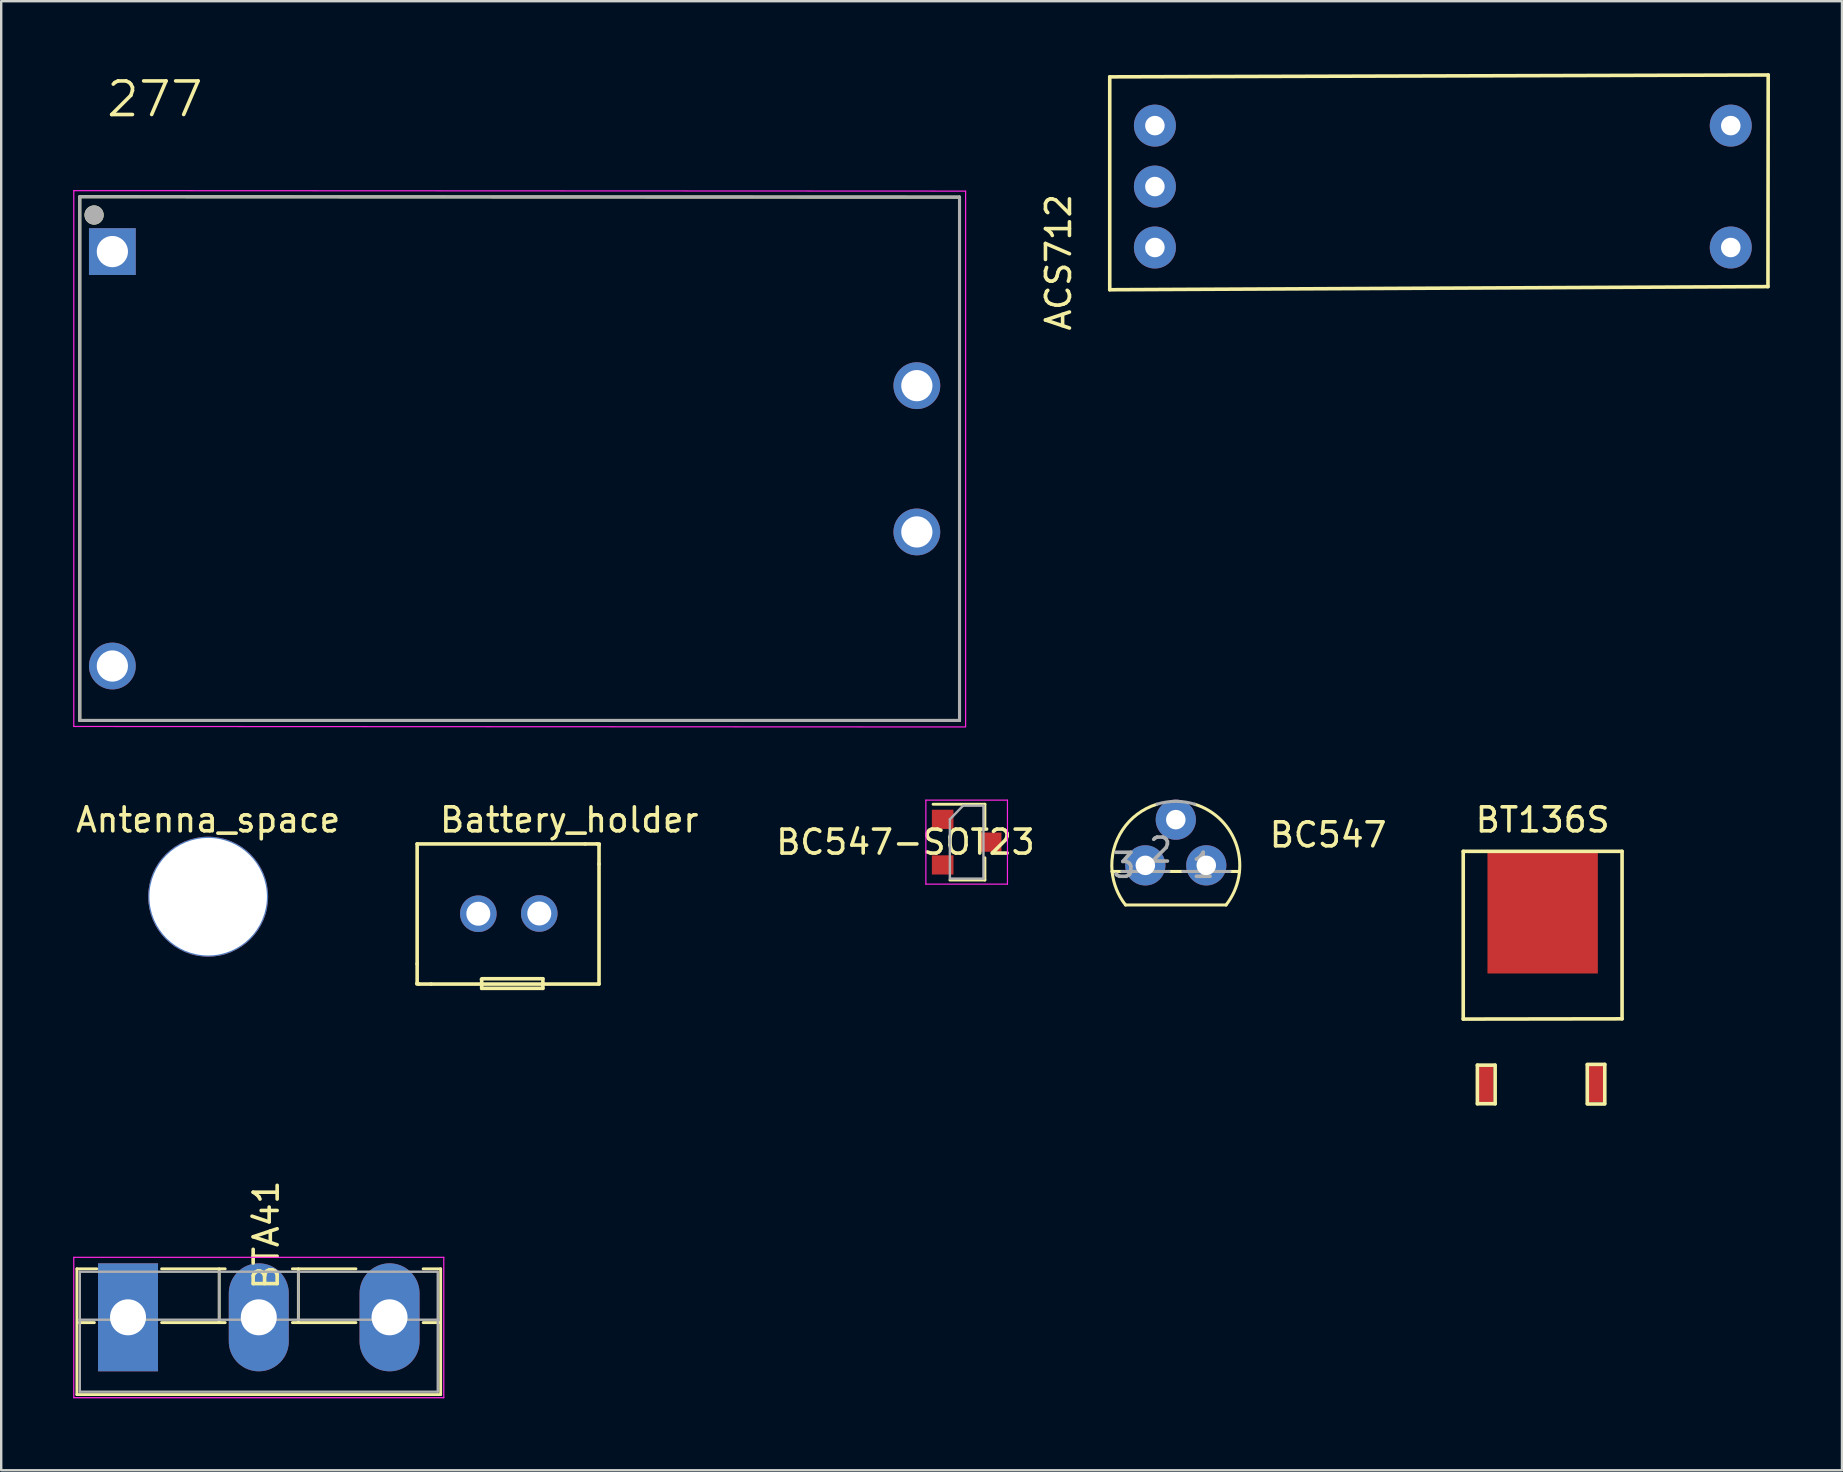
<source format=kicad_pcb>
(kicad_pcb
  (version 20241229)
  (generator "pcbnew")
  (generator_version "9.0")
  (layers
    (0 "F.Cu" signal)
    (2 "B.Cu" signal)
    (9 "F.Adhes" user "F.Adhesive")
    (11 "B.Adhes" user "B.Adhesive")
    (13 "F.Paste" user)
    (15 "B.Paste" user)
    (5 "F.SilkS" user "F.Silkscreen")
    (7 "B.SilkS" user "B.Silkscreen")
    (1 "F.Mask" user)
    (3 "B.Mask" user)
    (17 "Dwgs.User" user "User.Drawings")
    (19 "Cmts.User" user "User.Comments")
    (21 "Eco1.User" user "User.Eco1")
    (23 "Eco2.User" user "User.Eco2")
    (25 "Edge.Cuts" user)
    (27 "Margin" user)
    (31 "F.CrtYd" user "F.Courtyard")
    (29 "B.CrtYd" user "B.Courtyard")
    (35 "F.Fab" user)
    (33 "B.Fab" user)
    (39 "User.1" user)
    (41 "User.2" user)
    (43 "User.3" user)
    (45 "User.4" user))
  (footprint "Battery_holder"
    (layer "F.Cu")
    (at 18.335 33.581)
    (property "Reference" "Battery_holder" (at 2.34 -2.46 0) (layer "F.SilkS") (effects (font (size 1 1) (thickness 0.15))))
    (attr through_hole)
    (fp_line (start -4 -1.46) (end -4 3.54) (stroke (width 0.15) (type solid)) (layer "F.SilkS"))
    (fp_line (start -4 -1.46) (end 3 -1.46) (stroke (width 0.15) (type solid)) (layer "F.SilkS"))
    (fp_line (start -4 3.54) (end -4 4.34) (stroke (width 0.15) (type solid)) (layer "F.SilkS"))
    (fp_line (start -4 4.34) (end -4 4.35) (stroke (width 0.15) (type solid)) (layer "F.SilkS"))
    (fp_line (start -3.92 4.38) (end -4.01 4.38) (stroke (width 0.15) (type solid)) (layer "F.SilkS"))
    (fp_line (start -3.42 4.38) (end -3.92 4.38) (stroke (width 0.15) (type solid)) (layer "F.SilkS"))
    (fp_line (start -1.31 4.18) (end -1.32 4.18) (stroke (width 0.15) (type solid)) (layer "F.SilkS"))
    (fp_line (start -1.31 4.56) (end -1.31 4.18) (stroke (width 0.15) (type solid)) (layer "F.SilkS"))
    (fp_line (start -1.29 4.16) (end 1.24 4.16) (stroke (width 0.15) (type solid)) (layer "F.SilkS"))
    (fp_line (start 1.24 4.16) (end 1.24 4.56) (stroke (width 0.15) (type solid)) (layer "F.SilkS"))
    (fp_line (start 1.24 4.56) (end -1.31 4.56) (stroke (width 0.15) (type solid)) (layer "F.SilkS"))
    (fp_line (start 3 -1.46) (end 3.5 -1.46) (stroke (width 0.15) (type solid)) (layer "F.SilkS"))
    (fp_line (start 3.5 -1.46) (end 3.59 -1.46) (stroke (width 0.15) (type solid)) (layer "F.SilkS"))
    (fp_line (start 3.58 -1.42) (end 3.58 -1.43) (stroke (width 0.15) (type solid)) (layer "F.SilkS"))
    (fp_line (start 3.58 -0.62) (end 3.58 -1.42) (stroke (width 0.15) (type solid)) (layer "F.SilkS"))
    (fp_line (start 3.58 4.38) (end -3.42 4.38) (stroke (width 0.15) (type solid)) (layer "F.SilkS"))
    (fp_line (start 3.58 4.38) (end 3.58 -0.62) (stroke (width 0.15) (type solid)) (layer "F.SilkS"))
    (pad "1" thru_hole circle (at -1.45 1.45) (size 1.524 1.524) (drill 1) (layers "*.Cu" "*.Mask"))
    (pad "2" thru_hole circle (at 1.09 1.44) (size 1.524 1.524) (drill 1) (layers "*.Cu" "*.Mask")))
  (footprint "277"
    (layer "F.Cu")
    (at 25.509 16.071)
    (property "Reference" "277" (at -22.105 -14.989 0) (layer "F.SilkS") (effects (font (size 1.4 1.4) (thickness 0.15))))
    (attr through_hole)
    (fp_line (start -25.234 -10.922) (end 11.43 -10.906) (stroke (width 0.127) (type solid)) (layer "F.SilkS"))
    (fp_line (start -25.234 10.906) (end -25.234 -10.922) (stroke (width 0.127) (type solid)) (layer "F.SilkS"))
    (fp_line (start 11.43 -10.906) (end 11.43 10.906) (stroke (width 0.127) (type solid)) (layer "F.SilkS"))
    (fp_line (start 11.43 10.906) (end -25.234 10.906) (stroke (width 0.127) (type solid)) (layer "F.SilkS"))
    (fp_circle (center -24.638 -10.16) (end -24.438 -10.16) (stroke (width 0.4) (type solid)) (fill no) (layer "F.SilkS"))
    (fp_line (start -25.484 -11.176) (end 11.684 -11.156) (stroke (width 0.05) (type solid)) (layer "F.CrtYd"))
    (fp_line (start -25.484 11.156) (end -25.484 -11.176) (stroke (width 0.05) (type solid)) (layer "F.CrtYd"))
    (fp_line (start 11.684 -11.156) (end 11.684 11.156) (stroke (width 0.05) (type solid)) (layer "F.CrtYd"))
    (fp_line (start 11.684 11.176) (end -25.484 11.156) (stroke (width 0.05) (type solid)) (layer "F.CrtYd"))
    (fp_line (start -25.234 -10.922) (end 11.43 -10.906) (stroke (width 0.127) (type solid)) (layer "F.Fab"))
    (fp_line (start -25.234 10.906) (end -25.234 -10.922) (stroke (width 0.127) (type solid)) (layer "F.Fab"))
    (fp_line (start 11.43 -10.906) (end 11.43 10.906) (stroke (width 0.127) (type solid)) (layer "F.Fab"))
    (fp_line (start 11.43 10.906) (end -25.234 10.906) (stroke (width 0.127) (type solid)) (layer "F.Fab"))
    (fp_circle (center -24.638 -10.16) (end -24.438 -10.16) (stroke (width 0.4) (type solid)) (fill no) (layer "F.Fab"))
    (pad "1" thru_hole circle (at 9.652 -3.048) (size 1.95 1.95) (drill 1.3) (layers "*.Cu" "*.Mask"))
    (pad "2" thru_hole circle (at 9.652 3.048) (size 1.95 1.95) (drill 1.3) (layers "*.Cu" "*.Mask"))
    (pad "4" thru_hole circle (at -23.876 8.636) (size 1.95 1.95) (drill 1.3) (layers "*.Cu" "*.Mask"))
    (pad "5" thru_hole rect (at -23.876 -8.636) (size 1.95 1.95) (drill 1.3) (layers "*.Cu" "*.Mask")))
  (footprint "BT136S"
    (layer "F.Cu")
    (at 61.182 35.891)
    (property "Reference" "BT136S" (at 0.06 -4.77 0) (layer "F.SilkS") (effects (font (size 1 1) (thickness 0.15))))
    (attr through_hole)
    (fp_line (start -3.25 -3.46) (end 3.37 -3.46) (stroke (width 0.15) (type solid)) (layer "F.SilkS"))
    (fp_line (start -3.25 3.53) (end -3.25 -3.46) (stroke (width 0.15) (type solid)) (layer "F.SilkS"))
    (fp_line (start -2.66 5.45) (end -2.66 7.06) (stroke (width 0.15) (type solid)) (layer "F.SilkS"))
    (fp_line (start -2.66 7.06) (end -1.92 7.06) (stroke (width 0.15) (type solid)) (layer "F.SilkS"))
    (fp_line (start -1.93 5.45) (end -2.66 5.45) (stroke (width 0.15) (type solid)) (layer "F.SilkS"))
    (fp_line (start -1.92 7.06) (end -1.92 5.45) (stroke (width 0.15) (type solid)) (layer "F.SilkS"))
    (fp_line (start 1.92 5.43) (end 1.92 7.04) (stroke (width 0.15) (type solid)) (layer "F.SilkS"))
    (fp_line (start 2.65 5.42) (end 1.92 5.42) (stroke (width 0.15) (type solid)) (layer "F.SilkS"))
    (fp_line (start 2.65 5.42) (end 2.65 7.03) (stroke (width 0.15) (type solid)) (layer "F.SilkS"))
    (fp_line (start 2.65 7.07) (end 1.92 7.07) (stroke (width 0.15) (type solid)) (layer "F.SilkS"))
    (fp_line (start 3.37 -3.46) (end 3.37 3.52) (stroke (width 0.15) (type solid)) (layer "F.SilkS"))
    (fp_line (start 3.37 3.52) (end -3.25 3.53) (stroke (width 0.15) (type solid)) (layer "F.SilkS"))
    (pad "1" smd rect (at 0.06 -0.92) (size 4.6 5.1) (layers "F.Cu" "F.Mask" "F.Paste"))
    (pad "2" smd rect (at -2.29 6.24) (size 0.6 1.5) (layers "F.Cu" "F.Mask" "F.Paste"))
    (pad "3" smd rect (at 2.28 6.24) (size 0.6 1.5) (layers "F.Cu" "F.Mask" "F.Paste")))
  (footprint "BC547"
    (layer "F.Cu")
    (at 45.953 33.015)
    (property "Reference" "BC547" (at 6.35 -1.27 0) (layer "F.SilkS") (effects (font (size 1 1) (thickness 0.15))))
    (attr through_hole)
    (fp_line (start -2.655 0.254) (end -2.254 0.254) (stroke (width 0.127) (type solid)) (layer "F.SilkS"))
    (fp_line (start -2.095 1.651) (end 2.095 1.651) (stroke (width 0.127) (type solid)) (layer "F.SilkS"))
    (fp_line (start -0.286 0.254) (end 0.286 0.254) (stroke (width 0.127) (type solid)) (layer "F.SilkS"))
    (fp_line (start 2.254 0.254) (end 2.655 0.254) (stroke (width 0.127) (type solid)) (layer "F.SilkS"))
    (fp_arc (start -2.6549 0.254) (mid -2.219001 -1.479565) (end -0.7863 -2.5485) (stroke (width 0.127) (type solid)) (layer "F.SilkS"))
    (fp_arc (start -2.0946 1.651) (mid -2.475346 0.992847) (end -2.6549 0.254) (stroke (width 0.127) (type solid)) (layer "F.SilkS"))
    (fp_arc (start 0.786299 -2.5484) (mid 2.546275 -0.793203) (end 2.0945 1.651) (stroke (width 0.127) (type solid)) (layer "F.SilkS"))
    (fp_line (start -2.254 0.254) (end -0.286 0.254) (stroke (width 0.127) (type solid)) (layer "F.Fab"))
    (fp_line (start 0.286 0.254) (end 2.254 0.254) (stroke (width 0.127) (type solid)) (layer "F.Fab"))
    (fp_arc (start -0.7863 -2.5485) (mid 0 -2.667043) (end 0.7863 -2.5485) (stroke (width 0.127) (type solid)) (layer "F.Fab"))
    (fp_text user "1" (at 1.143 0 0) (layer "F.Fab") (effects (font (size 1 1) (thickness 0.15))))
    (fp_text user "3" (at -2.159 0 0) (layer "F.Fab") (effects (font (size 1 1) (thickness 0.15))))
    (fp_text user "2" (at -0.635 -0.635 0) (layer "F.Fab") (effects (font (size 1 1) (thickness 0.15))))
    (pad "1" thru_hole circle (at 0 -1.905) (size 1.676 1.676) (drill 0.813) (layers "*.Cu" "*.Mask"))
    (pad "2" thru_hole circle (at -1.27 0) (size 1.676 1.676) (drill 0.813) (layers "*.Cu" "*.Mask"))
    (pad "3" thru_hole circle (at 1.27 0) (size 1.676 1.676) (drill 0.813) (layers "*.Cu" "*.Mask")))
  (footprint "ACS712"
    (layer "F.Cu")
    (at 51.582 3.455)
    (property "Reference" "ACS712" (at -10.516 4.427 90) (layer "F.SilkS") (effects (font (size 1 1) (thickness 0.15))))
    (attr through_hole)
    (fp_line (start -8.382 -3.302) (end -8.382 5.57) (stroke (width 0.15) (type solid)) (layer "F.SilkS"))
    (fp_line (start -8.382 5.57) (end 19.05 5.44) (stroke (width 0.15) (type solid)) (layer "F.SilkS"))
    (fp_line (start 19.05 5.44) (end 19.06 -3.38) (stroke (width 0.15) (type solid)) (layer "F.SilkS"))
    (fp_line (start 19.06 -3.38) (end -8.382 -3.302) (stroke (width 0.15) (type solid)) (layer "F.SilkS"))
    (pad "1" thru_hole circle (at 17.5 -1.27) (size 1.75 1.75) (drill 0.813) (layers "*.Cu" "*.Mask"))
    (pad "2" thru_hole circle (at 17.5 3.81) (size 1.75 1.75) (drill 0.813) (layers "*.Cu" "*.Mask"))
    (pad "3" thru_hole circle (at -6.5 -1.27) (size 1.75 1.75) (drill 0.813) (layers "*.Cu" "*.Mask"))
    (pad "4" thru_hole circle (at -6.5 1.27) (size 1.75 1.75) (drill 0.813) (layers "*.Cu" "*.Mask"))
    (pad "5" thru_hole circle (at -6.5 3.81) (size 1.75 1.75) (drill 0.813) (layers "*.Cu" "*.Mask")))
  (footprint "Antenna_space"
    (layer "F.Cu")
    (at 5.625 34.321)
    (property "Reference" "Antenna_space" (at 0 -3.2 0) (layer "F.SilkS") (effects (font (size 1 1) (thickness 0.15))))
    (attr exclude_from_pos_files exclude_from_bom)
    (fp_line (start -1.27 0) (end 1.27 0) (stroke (width 0.05) (type solid)) (layer "Dwgs.User"))
    (fp_line (start 0 1.27) (end 0 -1.27) (stroke (width 0.05) (type solid)) (layer "Dwgs.User"))
    (pad "" thru_hole circle (at 0 0) (size 5 5) (drill 4.9) (layers "*.Cu" "*.Mask")))
  (footprint "BTA41"
    (layer "F.Cu")
    (at 2.285 51.851)
    (property "Reference" "BTA41" (at 5.761 -3.429 90) (layer "F.SilkS") (effects (font (size 1 1) (thickness 0.15))))
    (attr through_hole)
    (fp_line (start -2.13 -2.021) (end -2.13 3.22) (stroke (width 0.12) (type solid)) (layer "F.SilkS"))
    (fp_line (start -2.13 -2.021) (end -1.302 -2.021) (stroke (width 0.12) (type solid)) (layer "F.SilkS"))
    (fp_line (start -2.13 3.22) (end 13.03 3.22) (stroke (width 0.12) (type solid)) (layer "F.SilkS"))
    (fp_line (start -2.032 0.22) (end -1.4 0.22) (stroke (width 0.12) (type solid)) (layer "F.SilkS"))
    (fp_line (start 1.4 -2.021) (end 4.051 -2.021) (stroke (width 0.12) (type solid)) (layer "F.SilkS"))
    (fp_line (start 1.4 0.22) (end 4.051 0.22) (stroke (width 0.12) (type solid)) (layer "F.SilkS"))
    (fp_line (start 3.8 -2.021) (end 3.8 0.22) (stroke (width 0.12) (type solid)) (layer "F.SilkS"))
    (fp_line (start 6.85 -2.021) (end 9.5 -2.021) (stroke (width 0.12) (type solid)) (layer "F.SilkS"))
    (fp_line (start 6.85 0.22) (end 9.5 0.22) (stroke (width 0.12) (type solid)) (layer "F.SilkS"))
    (fp_line (start 7.1 -2.021) (end 7.1 0.22) (stroke (width 0.12) (type solid)) (layer "F.SilkS"))
    (fp_line (start 12.3 -2.021) (end 13.03 -2.021) (stroke (width 0.12) (type solid)) (layer "F.SilkS"))
    (fp_line (start 12.3 0.22) (end 12.954 0.22) (stroke (width 0.12) (type solid)) (layer "F.SilkS"))
    (fp_line (start 13.03 -2.021) (end 13.03 3.22) (stroke (width 0.12) (type solid)) (layer "F.SilkS"))
    (fp_line (start -2.26 -2.5) (end -2.26 3.35) (stroke (width 0.05) (type solid)) (layer "F.CrtYd"))
    (fp_line (start -2.26 3.35) (end 13.16 3.35) (stroke (width 0.05) (type solid)) (layer "F.CrtYd"))
    (fp_line (start 13.16 -2.5) (end -2.26 -2.5) (stroke (width 0.05) (type solid)) (layer "F.CrtYd"))
    (fp_line (start 13.16 3.35) (end 13.16 -2.5) (stroke (width 0.05) (type solid)) (layer "F.CrtYd"))
    (fp_line (start -2.032 0.1) (end 12.954 0.1) (stroke (width 0.1) (type solid)) (layer "F.Fab"))
    (fp_line (start -2.01 -1.9) (end -2.01 3.1) (stroke (width 0.1) (type solid)) (layer "F.Fab"))
    (fp_line (start -2.01 3.1) (end 12.91 3.1) (stroke (width 0.1) (type solid)) (layer "F.Fab"))
    (fp_line (start 3.8 -1.9) (end 3.8 0.1) (stroke (width 0.1) (type solid)) (layer "F.Fab"))
    (fp_line (start 7.1 -1.9) (end 7.1 0.1) (stroke (width 0.1) (type solid)) (layer "F.Fab"))
    (fp_line (start 12.91 -1.9) (end -2.01 -1.9) (stroke (width 0.1) (type solid)) (layer "F.Fab"))
    (fp_line (start 12.91 3.1) (end 12.91 -1.9) (stroke (width 0.1) (type solid)) (layer "F.Fab"))
    (pad "1" thru_hole rect (at 0 0) (size 2.5 4.5) (drill 1.5) (layers "*.Cu" "*.Mask"))
    (pad "2" thru_hole oval (at 5.45 0) (size 2.5 4.5) (drill 1.5) (layers "*.Cu" "*.Mask"))
    (pad "3" thru_hole oval (at 10.9 0) (size 2.5 4.5) (drill 1.5) (layers "*.Cu" "*.Mask")))
  (footprint "BC547-SOT23"
    (layer "F.Cu")
    (at 37.237 32.047)
    (property "Reference" "BC547-SOT23" (at -2.55 0 180) (layer "F.SilkS") (effects (font (size 1 1) (thickness 0.15))))
    (attr smd)
    (fp_line (start 0.76 -1.58) (end -1.4 -1.58) (stroke (width 0.12) (type solid)) (layer "F.SilkS"))
    (fp_line (start 0.76 -1.58) (end 0.76 -0.65) (stroke (width 0.12) (type solid)) (layer "F.SilkS"))
    (fp_line (start 0.76 1.58) (end -0.7 1.58) (stroke (width 0.12) (type solid)) (layer "F.SilkS"))
    (fp_line (start 0.76 1.58) (end 0.76 0.65) (stroke (width 0.12) (type solid)) (layer "F.SilkS"))
    (fp_line (start -1.7 -1.75) (end 1.7 -1.75) (stroke (width 0.05) (type solid)) (layer "F.CrtYd"))
    (fp_line (start -1.7 1.75) (end -1.7 -1.75) (stroke (width 0.05) (type solid)) (layer "F.CrtYd"))
    (fp_line (start 1.7 -1.75) (end 1.7 1.75) (stroke (width 0.05) (type solid)) (layer "F.CrtYd"))
    (fp_line (start 1.7 1.75) (end -1.7 1.75) (stroke (width 0.05) (type solid)) (layer "F.CrtYd"))
    (fp_line (start -0.7 -0.95) (end -0.7 1.5) (stroke (width 0.1) (type solid)) (layer "F.Fab"))
    (fp_line (start -0.7 -0.95) (end -0.15 -1.52) (stroke (width 0.1) (type solid)) (layer "F.Fab"))
    (fp_line (start -0.7 1.52) (end 0.7 1.52) (stroke (width 0.1) (type solid)) (layer "F.Fab"))
    (fp_line (start -0.15 -1.52) (end 0.7 -1.52) (stroke (width 0.1) (type solid)) (layer "F.Fab"))
    (fp_line (start 0.7 -1.52) (end 0.7 1.52) (stroke (width 0.1) (type solid)) (layer "F.Fab"))
    (pad "1" smd rect (at 1 0) (size 0.9 0.8) (layers "F.Cu" "F.Mask" "F.Paste"))
    (pad "2" smd rect (at -1 -0.95) (size 0.9 0.8) (layers "F.Cu" "F.Mask" "F.Paste"))
    (pad "3" smd rect (at -1 0.95) (size 0.9 0.8) (layers "F.Cu" "F.Mask" "F.Paste")))
  (gr_rect
    (start -3 -3)
    (end 73.717 58.226)
    (stroke (width 0.1) (type default))
    (fill no)
    (layer "Edge.Cuts")))
</source>
